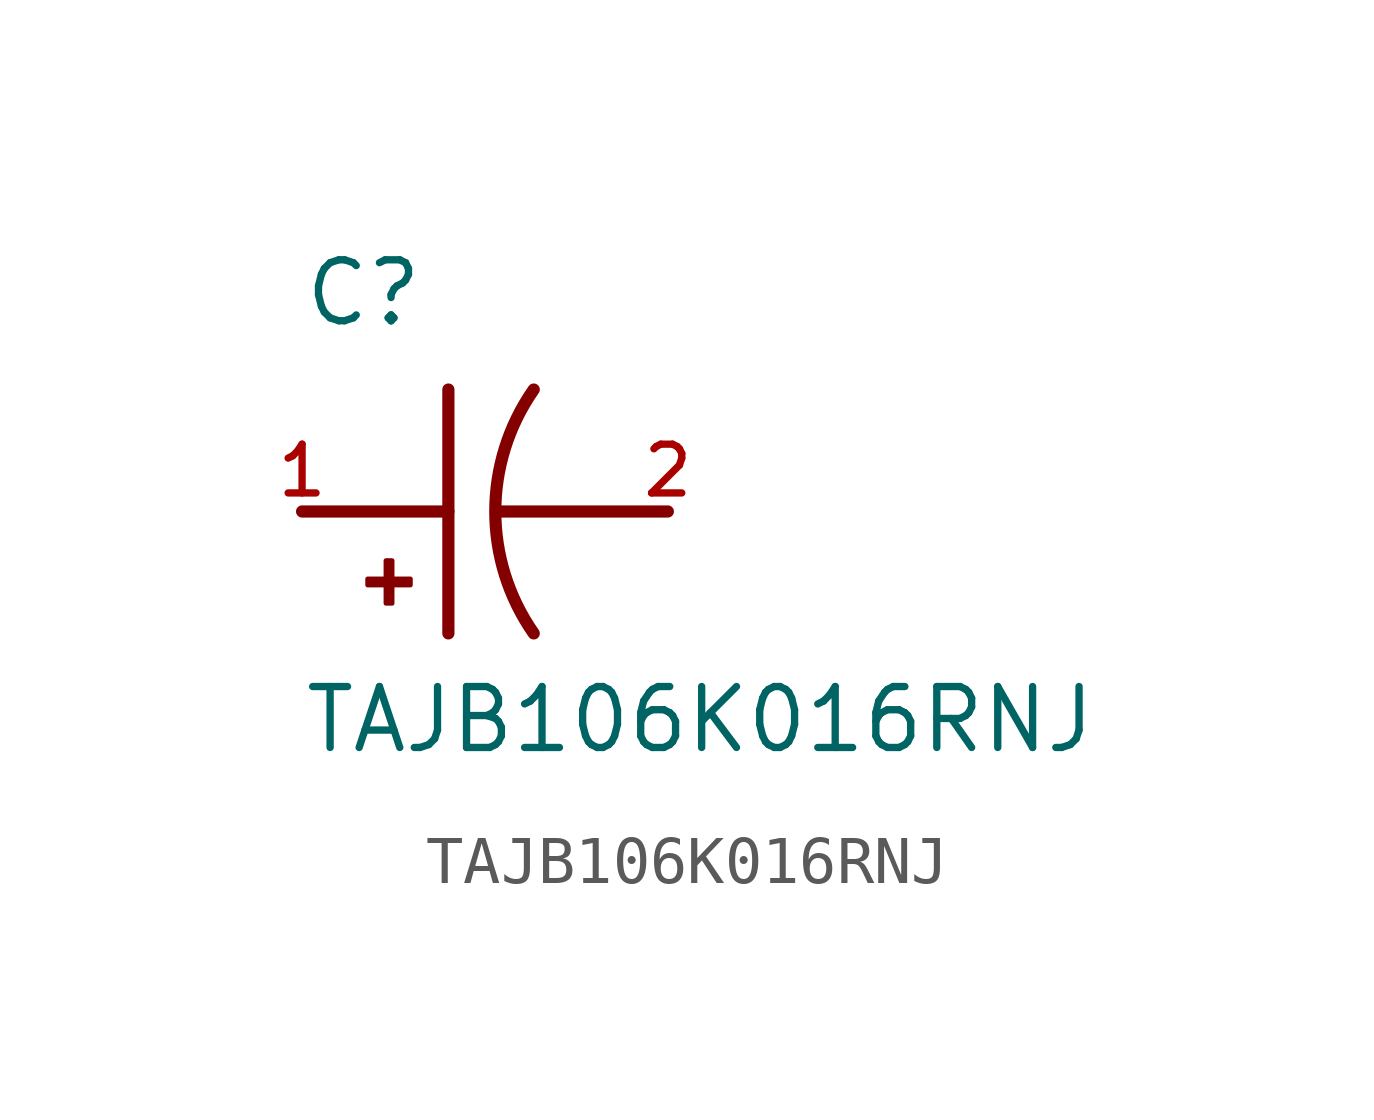
<source format=kicad_sym>
(kicad_symbol_lib
  (version 20211014)
  (generator kicad_symbol_editor)
  (symbol "TAJB106K016RNJ"
    (pin_names
      (offset 1.016))
    (property "Reference" "C"
      (at -5.08 3.81 0)
      (effects (font (size 1.27 1.27)) (justify bottom left)))
    (property "Value" "TAJB106K016RNJ"
      (at -5.08 -5.08 0)
      (effects (font (size 1.27 1.27)) (justify bottom left)))
    (symbol "TAJB106K016RNJ_0_0"
      (arc (start -0.254 -2.54) (mid -1.0549 -0.0) (end -0.254 2.54) (stroke (width 0.254) (type default) (color 0 0 0 0)) (fill (type none)))
      (polyline (pts (xy -1.016 0.0) (xy 2.54 0.0)) (stroke (width 0.254)))
      (polyline (pts (xy -5.08 0.0) (xy -2.032 0.0)) (stroke (width 0.254)))
      (polyline (pts (xy -2.032 2.54) (xy -2.032 -2.54)) (stroke (width 0.254)))
      (rectangle (start -3.713 -1.532) (end -2.824 -1.405) (stroke (width 0.1)) (fill (type outline)))
      (rectangle (start -3.332 -1.913) (end -3.205 -1.024) (stroke (width 0.1)) (fill (type outline)))
      (pin passive line (at -5.08 0.0 0) (length 0) (name "~" (effects (font (size 1.016 1.016)))) (number "1" (effects (font (size 1.016 1.016)))))
      (pin passive line (at 2.54 0.0 180.0) (length 0) (name "~" (effects (font (size 1.016 1.016)))) (number "2" (effects (font (size 1.016 1.016))))))))
</source>
